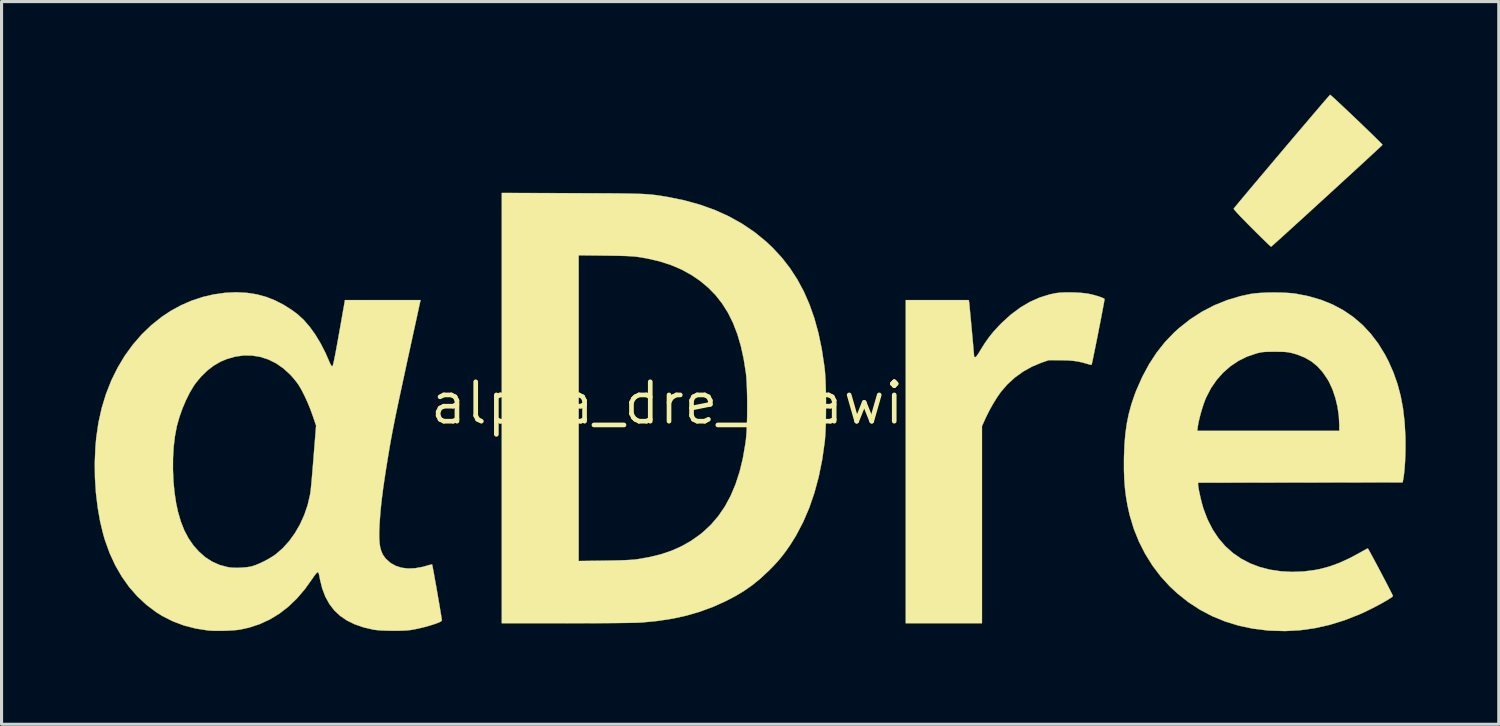
<source format=kicad_pcb>
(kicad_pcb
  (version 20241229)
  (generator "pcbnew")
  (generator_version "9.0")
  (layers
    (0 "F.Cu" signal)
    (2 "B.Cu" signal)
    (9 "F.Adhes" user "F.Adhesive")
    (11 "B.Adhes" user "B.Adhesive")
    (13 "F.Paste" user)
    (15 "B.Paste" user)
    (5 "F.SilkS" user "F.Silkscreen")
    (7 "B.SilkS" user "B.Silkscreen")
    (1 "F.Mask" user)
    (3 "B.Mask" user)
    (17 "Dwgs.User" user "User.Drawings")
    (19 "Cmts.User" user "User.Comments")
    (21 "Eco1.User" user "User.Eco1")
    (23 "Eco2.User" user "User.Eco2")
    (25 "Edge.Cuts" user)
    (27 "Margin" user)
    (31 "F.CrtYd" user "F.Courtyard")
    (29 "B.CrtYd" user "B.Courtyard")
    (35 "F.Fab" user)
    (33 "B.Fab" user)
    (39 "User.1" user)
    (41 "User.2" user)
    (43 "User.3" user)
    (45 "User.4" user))
  (footprint "alpha_dre_drawing"
    (layer "F.Cu")
    (at 19.597 9.943)
    (property "Reference" "alpha_dre_drawing" (at 0 0 0) (layer "F.SilkS") (effects (font (size 1.27 1.27) (thickness 0.15))))
    (attr through_hole)
    (fp_poly (pts (xy 20.234 -9.924) (xy 20.281 -9.883) (xy 20.351 -9.82) (xy 20.441 -9.737) (xy 20.547 -9.638) (xy 20.667 -9.525) (xy 20.797 -9.403) (xy 20.933 -9.274) (xy 21.072 -9.141) (xy 21.211 -9.008) (xy 21.346 -8.878) (xy 21.474 -8.755) (xy 21.592 -8.641) (xy 21.695 -8.539) (xy 21.781 -8.454) (xy 21.847 -8.388) (xy 21.888 -8.344) (xy 21.902 -8.326) (xy 21.886 -8.31) (xy 21.842 -8.267) (xy 21.77 -8.201) (xy 21.675 -8.112) (xy 21.558 -8.004) (xy 21.421 -7.878) (xy 21.268 -7.736) (xy 21.1 -7.582) (xy 20.92 -7.416) (xy 20.73 -7.242) (xy 20.532 -7.061) (xy 20.33 -6.876) (xy 20.125 -6.688) (xy 19.92 -6.501) (xy 19.717 -6.315) (xy 19.519 -6.134) (xy 19.327 -5.959) (xy 19.145 -5.794) (xy 18.975 -5.639) (xy 18.819 -5.497) (xy 18.679 -5.37) (xy 18.558 -5.261) (xy 18.459 -5.172) (xy 18.383 -5.104) (xy 18.334 -5.06) (xy 18.313 -5.043) (xy 18.312 -5.043) (xy 18.295 -5.056) (xy 18.251 -5.096) (xy 18.183 -5.16) (xy 18.096 -5.245) (xy 17.991 -5.347) (xy 17.874 -5.463) (xy 17.745 -5.591) (xy 17.697 -5.639) (xy 17.541 -5.796) (xy 17.406 -5.934) (xy 17.295 -6.05) (xy 17.208 -6.144) (xy 17.147 -6.213) (xy 17.114 -6.255) (xy 17.108 -6.269) (xy 17.124 -6.289) (xy 17.164 -6.339) (xy 17.228 -6.417) (xy 17.312 -6.518) (xy 17.416 -6.642) (xy 17.536 -6.786) (xy 17.67 -6.946) (xy 17.818 -7.121) (xy 17.976 -7.309) (xy 18.142 -7.505) (xy 18.314 -7.709) (xy 18.49 -7.918) (xy 18.669 -8.129) (xy 18.847 -8.34) (xy 19.023 -8.547) (xy 19.195 -8.75) (xy 19.361 -8.944) (xy 19.518 -9.129) (xy 19.664 -9.301) (xy 19.798 -9.457) (xy 19.916 -9.596) (xy 20.018 -9.715) (xy 20.101 -9.811) (xy 20.163 -9.881) (xy 20.202 -9.925) (xy 20.215 -9.938) (xy 20.234 -9.924)) (stroke (width 0.01) (type solid)) (fill yes) (layer "F.SilkS"))
    (fp_poly (pts (xy 12.028 -3.566) (xy 12.203 -3.555) (xy 12.359 -3.537) (xy 12.43 -3.526) (xy 12.529 -3.505) (xy 12.633 -3.478) (xy 12.735 -3.448) (xy 12.826 -3.417) (xy 12.896 -3.389) (xy 12.938 -3.366) (xy 12.945 -3.358) (xy 12.943 -3.334) (xy 12.933 -3.273) (xy 12.916 -3.18) (xy 12.894 -3.061) (xy 12.867 -2.919) (xy 12.837 -2.76) (xy 12.804 -2.588) (xy 12.768 -2.409) (xy 12.733 -2.226) (xy 12.697 -2.046) (xy 12.662 -1.872) (xy 12.629 -1.71) (xy 12.599 -1.564) (xy 12.573 -1.439) (xy 12.552 -1.341) (xy 12.537 -1.273) (xy 12.528 -1.24) (xy 12.527 -1.238) (xy 12.504 -1.239) (xy 12.453 -1.25) (xy 12.413 -1.261) (xy 12.247 -1.309) (xy 12.095 -1.343) (xy 11.942 -1.365) (xy 11.778 -1.379) (xy 11.588 -1.384) (xy 11.525 -1.385) (xy 11.144 -1.386) (xy 10.911 -1.306) (xy 10.611 -1.181) (xy 10.324 -1.021) (xy 10.058 -0.829) (xy 9.817 -0.61) (xy 9.608 -0.368) (xy 9.594 -0.349) (xy 9.473 -0.174) (xy 9.348 0.029) (xy 9.229 0.244) (xy 9.123 0.457) (xy 9.109 0.488) (xy 8.996 0.739) (xy 8.996 7.091) (xy 6.54 7.091) (xy 6.54 -3.323) (xy 8.571 -3.323) (xy 8.582 -3.254) (xy 8.586 -3.221) (xy 8.593 -3.151) (xy 8.602 -3.051) (xy 8.614 -2.926) (xy 8.628 -2.781) (xy 8.643 -2.623) (xy 8.658 -2.457) (xy 8.674 -2.289) (xy 8.689 -2.123) (xy 8.703 -1.966) (xy 8.716 -1.824) (xy 8.726 -1.701) (xy 8.735 -1.604) (xy 8.74 -1.538) (xy 8.742 -1.508) (xy 8.759 -1.486) (xy 8.779 -1.483) (xy 8.808 -1.502) (xy 8.854 -1.56) (xy 8.914 -1.653) (xy 8.95 -1.713) (xy 9.082 -1.926) (xy 9.217 -2.118) (xy 9.365 -2.302) (xy 9.536 -2.488) (xy 9.639 -2.594) (xy 9.93 -2.858) (xy 10.23 -3.081) (xy 10.539 -3.264) (xy 10.858 -3.406) (xy 11.184 -3.507) (xy 11.384 -3.548) (xy 11.513 -3.563) (xy 11.671 -3.57) (xy 11.847 -3.571) (xy 12.028 -3.566)) (stroke (width 0.01) (type solid)) (fill yes) (layer "F.SilkS"))
    (fp_poly (pts (xy -4.228 -6.768) (xy -3.855 -6.766) (xy -3.52 -6.765) (xy -3.223 -6.763) (xy -2.959 -6.762) (xy -2.725 -6.76) (xy -2.52 -6.757) (xy -2.339 -6.754) (xy -2.18 -6.75) (xy -2.04 -6.746) (xy -1.917 -6.741) (xy -1.806 -6.734) (xy -1.706 -6.726) (xy -1.613 -6.718) (xy -1.525 -6.707) (xy -1.438 -6.696) (xy -1.35 -6.682) (xy -1.257 -6.667) (xy -1.157 -6.651) (xy -1.127 -6.645) (xy -0.592 -6.536) (xy -0.085 -6.395) (xy 0.394 -6.223) (xy 0.844 -6.019) (xy 1.267 -5.783) (xy 1.663 -5.516) (xy 2.031 -5.216) (xy 2.254 -5.006) (xy 2.548 -4.689) (xy 2.812 -4.349) (xy 3.048 -3.985) (xy 3.257 -3.596) (xy 3.439 -3.18) (xy 3.595 -2.736) (xy 3.726 -2.261) (xy 3.832 -1.754) (xy 3.914 -1.214) (xy 3.931 -1.075) (xy 3.943 -0.932) (xy 3.954 -0.754) (xy 3.961 -0.549) (xy 3.967 -0.324) (xy 3.97 -0.086) (xy 3.97 0.156) (xy 3.968 0.397) (xy 3.964 0.627) (xy 3.957 0.84) (xy 3.947 1.028) (xy 3.935 1.184) (xy 3.931 1.228) (xy 3.849 1.811) (xy 3.737 2.364) (xy 3.597 2.885) (xy 3.428 3.377) (xy 3.23 3.837) (xy 3.003 4.267) (xy 2.814 4.571) (xy 2.682 4.76) (xy 2.556 4.927) (xy 2.426 5.083) (xy 2.282 5.24) (xy 2.115 5.409) (xy 2.103 5.42) (xy 1.849 5.656) (xy 1.595 5.862) (xy 1.33 6.047) (xy 1.045 6.218) (xy 0.73 6.382) (xy 0.325 6.564) (xy -0.089 6.716) (xy -0.516 6.841) (xy -0.963 6.94) (xy -1.434 7.013) (xy -1.935 7.063) (xy -2.021 7.069) (xy -2.089 7.072) (xy -2.195 7.075) (xy -2.337 7.078) (xy -2.51 7.08) (xy -2.712 7.083) (xy -2.94 7.085) (xy -3.189 7.087) (xy -3.456 7.088) (xy -3.737 7.089) (xy -4.03 7.09) (xy -4.331 7.09) (xy -4.408 7.091) (xy -6.477 7.091) (xy -6.477 5.085) (xy -4 5.085) (xy -3.18 5.074) (xy -2.912 5.069) (xy -2.684 5.064) (xy -2.493 5.057) (xy -2.337 5.049) (xy -2.214 5.04) (xy -2.127 5.03) (xy -1.723 4.96) (xy -1.351 4.869) (xy -1.008 4.753) (xy -0.69 4.612) (xy -0.391 4.443) (xy -0.109 4.246) (xy 0.005 4.155) (xy 0.267 3.91) (xy 0.503 3.634) (xy 0.713 3.326) (xy 0.897 2.986) (xy 1.054 2.614) (xy 1.186 2.209) (xy 1.292 1.771) (xy 1.373 1.299) (xy 1.391 1.164) (xy 1.404 1.023) (xy 1.415 0.848) (xy 1.423 0.648) (xy 1.429 0.429) (xy 1.431 0.199) (xy 1.431 -0.034) (xy 1.428 -0.262) (xy 1.422 -0.478) (xy 1.414 -0.673) (xy 1.403 -0.841) (xy 1.391 -0.963) (xy 1.319 -1.42) (xy 1.227 -1.842) (xy 1.112 -2.23) (xy 0.975 -2.586) (xy 0.813 -2.912) (xy 0.626 -3.209) (xy 0.414 -3.48) (xy 0.174 -3.725) (xy -0.093 -3.947) (xy -0.364 -4.131) (xy -0.68 -4.306) (xy -1.023 -4.452) (xy -1.395 -4.572) (xy -1.798 -4.665) (xy -2.004 -4.701) (xy -2.085 -4.713) (xy -2.165 -4.723) (xy -2.249 -4.731) (xy -2.343 -4.737) (xy -2.451 -4.743) (xy -2.58 -4.747) (xy -2.735 -4.751) (xy -2.921 -4.754) (xy -3.144 -4.757) (xy -3.149 -4.757) (xy -4 -4.767) (xy -4 5.085) (xy -6.477 5.085) (xy -6.477 -6.776) (xy -4.228 -6.768)) (stroke (width 0.01) (type solid)) (fill yes) (layer "F.SilkS"))
    (fp_poly (pts (xy 18.607 -3.566) (xy 18.812 -3.557) (xy 18.996 -3.543) (xy 19.113 -3.528) (xy 19.535 -3.444) (xy 19.931 -3.328) (xy 20.3 -3.178) (xy 20.644 -2.994) (xy 20.962 -2.777) (xy 21.255 -2.526) (xy 21.522 -2.241) (xy 21.765 -1.922) (xy 21.982 -1.569) (xy 22.099 -1.344) (xy 22.256 -0.988) (xy 22.385 -0.622) (xy 22.487 -0.239) (xy 22.563 0.164) (xy 22.613 0.592) (xy 22.64 1.05) (xy 22.642 1.143) (xy 22.644 1.394) (xy 22.64 1.641) (xy 22.63 1.879) (xy 22.615 2.098) (xy 22.595 2.292) (xy 22.571 2.452) (xy 22.566 2.477) (xy 22.551 2.551) (xy 15.96 2.561) (xy 15.96 2.617) (xy 15.965 2.678) (xy 15.98 2.77) (xy 16.003 2.885) (xy 16.031 3.012) (xy 16.062 3.143) (xy 16.095 3.268) (xy 16.126 3.378) (xy 16.137 3.411) (xy 16.27 3.757) (xy 16.431 4.071) (xy 16.619 4.354) (xy 16.836 4.606) (xy 17.08 4.825) (xy 17.351 5.012) (xy 17.648 5.166) (xy 17.941 5.277) (xy 18.276 5.364) (xy 18.63 5.417) (xy 18.997 5.436) (xy 19.37 5.421) (xy 19.743 5.372) (xy 19.897 5.341) (xy 20.205 5.258) (xy 20.523 5.141) (xy 20.854 4.989) (xy 21.175 4.816) (xy 21.266 4.764) (xy 21.344 4.722) (xy 21.4 4.693) (xy 21.428 4.681) (xy 21.43 4.681) (xy 21.448 4.709) (xy 21.482 4.768) (xy 21.529 4.854) (xy 21.588 4.962) (xy 21.655 5.087) (xy 21.729 5.225) (xy 21.805 5.369) (xy 21.883 5.516) (xy 21.959 5.661) (xy 22.031 5.799) (xy 22.096 5.925) (xy 22.152 6.034) (xy 22.196 6.121) (xy 22.225 6.182) (xy 22.238 6.211) (xy 22.238 6.213) (xy 22.213 6.241) (xy 22.154 6.283) (xy 22.067 6.338) (xy 21.958 6.402) (xy 21.832 6.472) (xy 21.693 6.546) (xy 21.548 6.621) (xy 21.4 6.693) (xy 21.257 6.761) (xy 21.159 6.805) (xy 20.678 6.994) (xy 20.2 7.142) (xy 19.723 7.249) (xy 19.245 7.316) (xy 18.764 7.342) (xy 18.277 7.328) (xy 18.193 7.322) (xy 17.72 7.263) (xy 17.266 7.167) (xy 16.831 7.033) (xy 16.415 6.862) (xy 16.02 6.654) (xy 15.644 6.409) (xy 15.291 6.128) (xy 15.048 5.902) (xy 14.755 5.582) (xy 14.49 5.231) (xy 14.256 4.856) (xy 14.055 4.461) (xy 13.889 4.049) (xy 13.761 3.624) (xy 13.747 3.568) (xy 13.686 3.293) (xy 13.639 3.023) (xy 13.605 2.75) (xy 13.583 2.465) (xy 13.572 2.16) (xy 13.572 1.825) (xy 13.574 1.71) (xy 13.589 1.328) (xy 13.618 0.977) (xy 13.631 0.889) (xy 15.934 0.889) (xy 20.511 0.889) (xy 20.511 0.703) (xy 20.496 0.411) (xy 20.453 0.117) (xy 20.385 -0.169) (xy 20.294 -0.439) (xy 20.182 -0.683) (xy 20.128 -0.777) (xy 19.972 -1.004) (xy 19.801 -1.193) (xy 19.61 -1.348) (xy 19.395 -1.472) (xy 19.152 -1.568) (xy 19.035 -1.603) (xy 18.956 -1.623) (xy 18.887 -1.637) (xy 18.817 -1.647) (xy 18.738 -1.654) (xy 18.64 -1.657) (xy 18.514 -1.658) (xy 18.436 -1.659) (xy 18.293 -1.658) (xy 18.183 -1.656) (xy 18.096 -1.652) (xy 18.024 -1.644) (xy 17.956 -1.633) (xy 17.884 -1.616) (xy 17.833 -1.602) (xy 17.538 -1.502) (xy 17.26 -1.364) (xy 17.002 -1.191) (xy 16.767 -0.985) (xy 16.558 -0.749) (xy 16.376 -0.485) (xy 16.225 -0.195) (xy 16.201 -0.14) (xy 16.149 -0.005) (xy 16.097 0.153) (xy 16.047 0.322) (xy 16.003 0.491) (xy 15.969 0.644) (xy 15.949 0.767) (xy 15.934 0.889) (xy 13.631 0.889) (xy 13.664 0.651) (xy 13.728 0.339) (xy 13.811 0.034) (xy 13.915 -0.272) (xy 13.97 -0.415) (xy 14.164 -0.854) (xy 14.382 -1.258) (xy 14.624 -1.629) (xy 14.891 -1.967) (xy 15.185 -2.274) (xy 15.349 -2.422) (xy 15.708 -2.705) (xy 16.086 -2.949) (xy 16.481 -3.154) (xy 16.893 -3.321) (xy 17.324 -3.45) (xy 17.642 -3.519) (xy 17.793 -3.54) (xy 17.975 -3.555) (xy 18.179 -3.565) (xy 18.393 -3.568) (xy 18.607 -3.566)) (stroke (width 0.01) (type solid)) (fill yes) (layer "F.SilkS"))
    (fp_poly (pts (xy -14.694 -3.557) (xy -14.36 -3.505) (xy -14.068 -3.425) (xy -13.789 -3.315) (xy -13.509 -3.172) (xy -13.242 -3.003) (xy -13.051 -2.86) (xy -12.857 -2.681) (xy -12.668 -2.463) (xy -12.487 -2.211) (xy -12.317 -1.93) (xy -12.16 -1.623) (xy -12.054 -1.38) (xy -12.011 -1.282) (xy -11.978 -1.22) (xy -11.953 -1.192) (xy -11.941 -1.19) (xy -11.931 -1.2) (xy -11.92 -1.228) (xy -11.906 -1.278) (xy -11.888 -1.353) (xy -11.867 -1.455) (xy -11.841 -1.588) (xy -11.81 -1.754) (xy -11.773 -1.957) (xy -11.744 -2.117) (xy -11.709 -2.315) (xy -11.675 -2.504) (xy -11.644 -2.681) (xy -11.616 -2.84) (xy -11.592 -2.975) (xy -11.573 -3.082) (xy -11.561 -3.155) (xy -11.556 -3.18) (xy -11.532 -3.323) (xy -9.096 -3.323) (xy -9.109 -3.265) (xy -9.115 -3.235) (xy -9.13 -3.167) (xy -9.152 -3.065) (xy -9.181 -2.932) (xy -9.216 -2.77) (xy -9.256 -2.585) (xy -9.301 -2.379) (xy -9.35 -2.155) (xy -9.402 -1.917) (xy -9.448 -1.704) (xy -9.534 -1.311) (xy -9.61 -0.956) (xy -9.679 -0.637) (xy -9.741 -0.349) (xy -9.796 -0.091) (xy -9.845 0.142) (xy -9.889 0.353) (xy -9.928 0.544) (xy -9.962 0.718) (xy -9.994 0.879) (xy -10.022 1.03) (xy -10.049 1.174) (xy -10.074 1.315) (xy -10.098 1.454) (xy -10.106 1.503) (xy -10.167 1.87) (xy -10.22 2.2) (xy -10.265 2.499) (xy -10.304 2.771) (xy -10.336 3.021) (xy -10.363 3.253) (xy -10.385 3.473) (xy -10.402 3.685) (xy -10.416 3.895) (xy -10.417 3.903) (xy -10.427 4.14) (xy -10.427 4.341) (xy -10.416 4.511) (xy -10.393 4.654) (xy -10.357 4.776) (xy -10.308 4.882) (xy -10.243 4.976) (xy -10.209 5.016) (xy -10.066 5.145) (xy -9.898 5.24) (xy -9.709 5.301) (xy -9.499 5.327) (xy -9.271 5.318) (xy -9.027 5.274) (xy -8.894 5.237) (xy -8.818 5.215) (xy -8.758 5.201) (xy -8.726 5.196) (xy -8.723 5.197) (xy -8.717 5.22) (xy -8.705 5.279) (xy -8.688 5.37) (xy -8.666 5.486) (xy -8.642 5.623) (xy -8.614 5.776) (xy -8.585 5.939) (xy -8.556 6.107) (xy -8.527 6.275) (xy -8.499 6.437) (xy -8.473 6.589) (xy -8.451 6.725) (xy -8.432 6.839) (xy -8.418 6.927) (xy -8.41 6.984) (xy -8.409 7.003) (xy -8.432 7.028) (xy -8.491 7.059) (xy -8.58 7.095) (xy -8.693 7.133) (xy -8.824 7.173) (xy -8.967 7.213) (xy -9.117 7.249) (xy -9.267 7.282) (xy -9.398 7.306) (xy -9.502 7.318) (xy -9.638 7.327) (xy -9.797 7.332) (xy -9.967 7.333) (xy -10.139 7.33) (xy -10.304 7.325) (xy -10.451 7.316) (xy -10.57 7.303) (xy -10.615 7.296) (xy -10.934 7.222) (xy -11.219 7.123) (xy -11.47 7) (xy -11.689 6.85) (xy -11.877 6.673) (xy -12.034 6.468) (xy -12.163 6.234) (xy -12.263 5.97) (xy -12.336 5.674) (xy -12.35 5.599) (xy -12.369 5.508) (xy -12.39 5.458) (xy -12.407 5.444) (xy -12.434 5.459) (xy -12.479 5.51) (xy -12.54 5.593) (xy -12.575 5.645) (xy -12.82 5.988) (xy -13.079 6.291) (xy -13.354 6.555) (xy -13.645 6.781) (xy -13.953 6.968) (xy -14.277 7.118) (xy -14.619 7.23) (xy -14.896 7.292) (xy -15.012 7.308) (xy -15.158 7.32) (xy -15.324 7.329) (xy -15.496 7.335) (xy -15.664 7.335) (xy -15.815 7.332) (xy -15.938 7.323) (xy -15.938 7.323) (xy -16.341 7.26) (xy -16.721 7.162) (xy -17.079 7.027) (xy -17.416 6.857) (xy -17.614 6.733) (xy -17.93 6.495) (xy -18.221 6.224) (xy -18.486 5.921) (xy -18.723 5.587) (xy -18.933 5.223) (xy -19.114 4.831) (xy -19.265 4.412) (xy -19.314 4.246) (xy -19.419 3.817) (xy -19.499 3.361) (xy -19.556 2.885) (xy -19.587 2.397) (xy -19.59 2.142) (xy -17.074 2.142) (xy -17.058 2.515) (xy -17.023 2.881) (xy -16.97 3.229) (xy -16.912 3.498) (xy -16.819 3.816) (xy -16.707 4.1) (xy -16.572 4.354) (xy -16.414 4.583) (xy -16.245 4.774) (xy -16.037 4.959) (xy -15.813 5.104) (xy -15.572 5.211) (xy -15.314 5.28) (xy -15.251 5.291) (xy -15.136 5.302) (xy -14.996 5.304) (xy -14.846 5.298) (xy -14.702 5.286) (xy -14.578 5.267) (xy -14.541 5.259) (xy -14.423 5.221) (xy -14.284 5.164) (xy -14.134 5.092) (xy -13.985 5.012) (xy -13.851 4.93) (xy -13.765 4.871) (xy -13.539 4.676) (xy -13.331 4.446) (xy -13.144 4.187) (xy -12.98 3.904) (xy -12.843 3.601) (xy -12.734 3.284) (xy -12.658 2.958) (xy -12.64 2.847) (xy -12.634 2.795) (xy -12.625 2.707) (xy -12.613 2.586) (xy -12.6 2.437) (xy -12.585 2.267) (xy -12.57 2.079) (xy -12.553 1.879) (xy -12.54 1.711) (xy -12.461 0.722) (xy -12.571 0.399) (xy -12.651 0.181) (xy -12.74 -0.035) (xy -12.834 -0.24) (xy -12.928 -0.425) (xy -13.019 -0.58) (xy -13.032 -0.599) (xy -13.091 -0.681) (xy -13.169 -0.778) (xy -13.253 -0.875) (xy -13.303 -0.929) (xy -13.521 -1.127) (xy -13.754 -1.288) (xy -14.001 -1.41) (xy -14.259 -1.493) (xy -14.525 -1.536) (xy -14.796 -1.539) (xy -15.069 -1.501) (xy -15.342 -1.422) (xy -15.547 -1.335) (xy -15.761 -1.21) (xy -15.969 -1.05) (xy -16.164 -0.86) (xy -16.34 -0.648) (xy -16.406 -0.553) (xy -16.534 -0.339) (xy -16.656 -0.094) (xy -16.768 0.17) (xy -16.864 0.441) (xy -16.94 0.708) (xy -16.951 0.751) (xy -17.01 1.065) (xy -17.051 1.408) (xy -17.072 1.769) (xy -17.074 2.142) (xy -19.59 2.142) (xy -19.592 1.906) (xy -19.572 1.418) (xy -19.545 1.111) (xy -19.474 0.624) (xy -19.369 0.154) (xy -19.231 -0.299) (xy -19.061 -0.73) (xy -18.859 -1.14) (xy -18.628 -1.526) (xy -18.368 -1.885) (xy -18.081 -2.216) (xy -17.767 -2.518) (xy -17.428 -2.787) (xy -17.143 -2.976) (xy -16.814 -3.156) (xy -16.47 -3.305) (xy -16.117 -3.422) (xy -15.758 -3.506) (xy -15.398 -3.557) (xy -15.042 -3.575) (xy -14.694 -3.557)) (stroke (width 0.01) (type solid)) (fill yes) (layer "F.SilkS")))
  (gr_rect
    (start -3 -3)
    (end 45.247 20.289)
    (stroke (width 0.1) (type default))
    (fill no)
    (layer "Edge.Cuts")))
</source>
